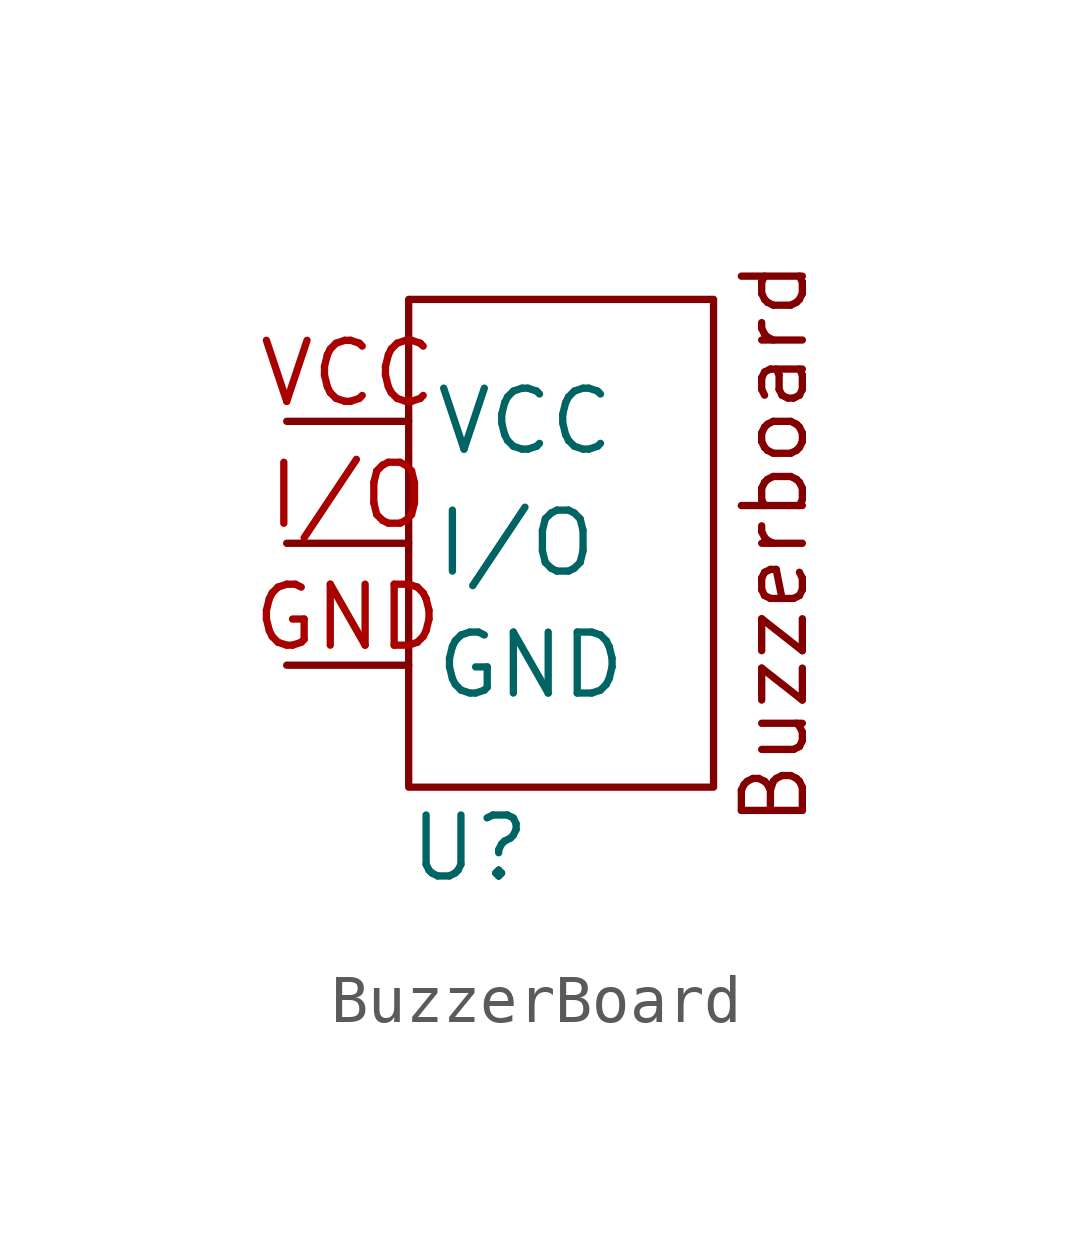
<source format=kicad_sym>
(kicad_symbol_lib
  (version 20220914)
  (generator kicad_symbol_editor)
  (symbol "BuzzerBoard"
    (property "Reference" "U"
      (at 0 0 0)
      (effects (font (size 1.27 1.27))))
    (property "Value" ""
      (at 0 0 0)
      (effects (font (size 1.27 1.27))))
    (symbol "BuzzerBoard_0_1"
      (rectangle (start -1.27 11.43) (end 5.08 1.27) (stroke (width 0) (type default)) (fill (type none))))
    (symbol "BuzzerBoard_1_1"
      (text "Buzzerboard" (at 6.35 6.35 900) (effects (font (size 1.27 1.27))))
      (pin power_in line (at -3.81 3.81 0) (length 2.54) (name "GND" (effects (font (size 1.27 1.27)))) (number "GND" (effects (font (size 1.27 1.27)))))
      (pin bidirectional line (at -3.81 6.35 0) (length 2.54) (name "I/O" (effects (font (size 1.27 1.27)))) (number "I/O" (effects (font (size 1.27 1.27)))))
      (pin power_in line (at -3.81 8.89 0) (length 2.54) (name "VCC" (effects (font (size 1.27 1.27)))) (number "VCC" (effects (font (size 1.27 1.27))))))))
</source>
